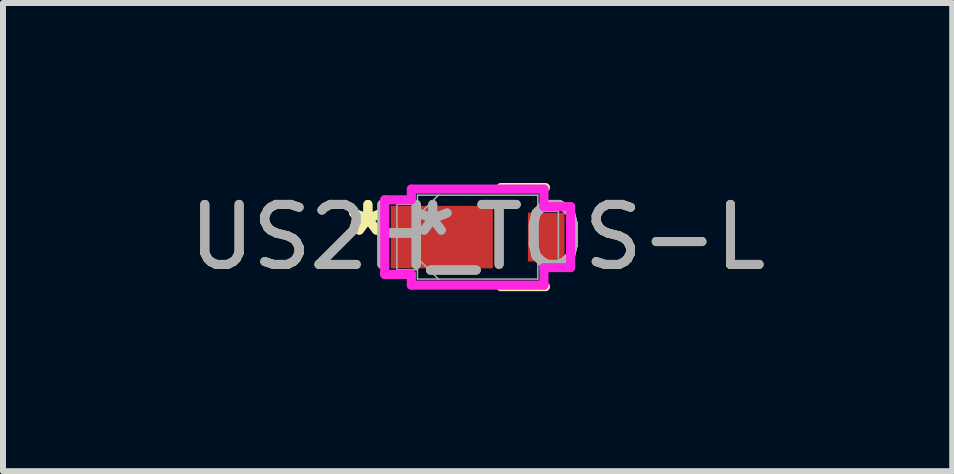
<source format=kicad_pcb>
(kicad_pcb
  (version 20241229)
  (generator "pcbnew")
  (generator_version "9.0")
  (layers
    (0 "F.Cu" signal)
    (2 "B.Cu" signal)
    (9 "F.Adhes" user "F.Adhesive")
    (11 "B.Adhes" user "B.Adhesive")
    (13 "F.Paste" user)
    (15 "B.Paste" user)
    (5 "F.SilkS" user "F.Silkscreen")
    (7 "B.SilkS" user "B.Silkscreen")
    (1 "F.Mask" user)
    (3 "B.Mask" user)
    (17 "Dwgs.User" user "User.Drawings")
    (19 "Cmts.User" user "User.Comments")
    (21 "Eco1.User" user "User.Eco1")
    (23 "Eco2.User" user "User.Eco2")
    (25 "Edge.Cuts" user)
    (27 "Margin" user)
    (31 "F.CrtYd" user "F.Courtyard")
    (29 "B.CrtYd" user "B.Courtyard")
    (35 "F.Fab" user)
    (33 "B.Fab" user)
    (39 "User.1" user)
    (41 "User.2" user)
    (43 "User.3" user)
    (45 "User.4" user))
  (footprint "US2H_TOS-L"
    (layer "F.Cu")
    (at 4.911 0.902)
    (property "Reference" "US2H_TOS-L" (at 0 0 0) (unlocked yes) (layer "F.SilkS") (effects (font (size 1 1) (thickness 0.15))))
    (attr smd)
    (fp_line (start 0.387 0.826) (end 1.13 0.826) (stroke (width 0.152) (type solid)) (layer "F.SilkS"))
    (fp_line (start 1.13 -0.826) (end 0.387 -0.826) (stroke (width 0.152) (type solid)) (layer "F.SilkS"))
    (fp_line (start -1.549 -0.622) (end -1.105 -0.622) (stroke (width 0.152) (type solid)) (layer "F.CrtYd"))
    (fp_line (start -1.549 0.622) (end -1.549 -0.622) (stroke (width 0.152) (type solid)) (layer "F.CrtYd"))
    (fp_line (start -1.105 -0.8) (end 1.105 -0.8) (stroke (width 0.152) (type solid)) (layer "F.CrtYd"))
    (fp_line (start -1.105 -0.622) (end -1.105 -0.8) (stroke (width 0.152) (type solid)) (layer "F.CrtYd"))
    (fp_line (start -1.105 0.622) (end -1.549 0.622) (stroke (width 0.152) (type solid)) (layer "F.CrtYd"))
    (fp_line (start -1.105 0.8) (end -1.105 0.622) (stroke (width 0.152) (type solid)) (layer "F.CrtYd"))
    (fp_line (start 1.105 -0.8) (end 1.105 -0.508) (stroke (width 0.152) (type solid)) (layer "F.CrtYd"))
    (fp_line (start 1.105 -0.508) (end 1.549 -0.508) (stroke (width 0.152) (type solid)) (layer "F.CrtYd"))
    (fp_line (start 1.105 0.508) (end 1.105 0.8) (stroke (width 0.152) (type solid)) (layer "F.CrtYd"))
    (fp_line (start 1.105 0.8) (end -1.105 0.8) (stroke (width 0.152) (type solid)) (layer "F.CrtYd"))
    (fp_line (start 1.549 -0.508) (end 1.549 0.508) (stroke (width 0.152) (type solid)) (layer "F.CrtYd"))
    (fp_line (start 1.549 0.508) (end 1.105 0.508) (stroke (width 0.152) (type solid)) (layer "F.CrtYd"))
    (fp_line (start -1.346 -0.546) (end -1.346 0.546) (stroke (width 0.025) (type solid)) (layer "F.Fab"))
    (fp_line (start -1.346 0.546) (end -1.003 0.546) (stroke (width 0.025) (type solid)) (layer "F.Fab"))
    (fp_line (start -1.003 -0.699) (end -1.003 0.699) (stroke (width 0.025) (type solid)) (layer "F.Fab"))
    (fp_line (start -1.003 -0.546) (end -1.346 -0.546) (stroke (width 0.025) (type solid)) (layer "F.Fab"))
    (fp_line (start -1.003 -0.349) (end -0.654 -0.699) (stroke (width 0.025) (type solid)) (layer "F.Fab"))
    (fp_line (start -1.003 0.349) (end -0.654 0.699) (stroke (width 0.025) (type solid)) (layer "F.Fab"))
    (fp_line (start -1.003 0.546) (end -1.003 -0.546) (stroke (width 0.025) (type solid)) (layer "F.Fab"))
    (fp_line (start -1.003 0.699) (end 1.003 0.699) (stroke (width 0.025) (type solid)) (layer "F.Fab"))
    (fp_line (start 1.003 -0.699) (end -1.003 -0.699) (stroke (width 0.025) (type solid)) (layer "F.Fab"))
    (fp_line (start 1.003 -0.432) (end 1.003 0.432) (stroke (width 0.025) (type solid)) (layer "F.Fab"))
    (fp_line (start 1.003 0.432) (end 1.346 0.432) (stroke (width 0.025) (type solid)) (layer "F.Fab"))
    (fp_line (start 1.003 0.699) (end 1.003 -0.699) (stroke (width 0.025) (type solid)) (layer "F.Fab"))
    (fp_line (start 1.346 -0.432) (end 1.003 -0.432) (stroke (width 0.025) (type solid)) (layer "F.Fab"))
    (fp_line (start 1.346 0.432) (end 1.346 -0.432) (stroke (width 0.025) (type solid)) (layer "F.Fab"))
    (fp_text user "*" (at -1.829 0 0) (layer "F.SilkS") (effects (font (size 1 1) (thickness 0.15))))
    (fp_text user "*" (at -1.829 0 0) (unlocked yes) (layer "F.SilkS") (effects (font (size 1 1) (thickness 0.15))))
    (fp_text user "*" (at -0.749 0 0) (unlocked yes) (layer "F.Fab") (effects (font (size 1 1) (thickness 0.15))))
    (fp_text user "*" (at -0.749 0 0) (layer "F.Fab") (effects (font (size 1 1) (thickness 0.15))))
    (fp_text user "${REFERENCE}" (at 0 0 0) (unlocked yes) (layer "F.Fab") (effects (font (size 1 1) (thickness 0.15))))
    (pad "1" smd rect (at -0.597 0) (size 1.702 1.041) (layers "F.Cu" "F.Mask" "F.Paste"))
    (pad "2" smd rect (at 1.143 0) (size 0.61 0.813) (layers "F.Cu" "F.Mask" "F.Paste"))
    (zone (net_name "") (layer "F.Cu") (hatch full 0.508) (connect_pads) (min_thickness 0.254) (filled_areas_thickness no) (keepout (tracks not_allowed) (vias not_allowed) (pads allowed) (copperpour not_allowed) (footprints allowed)) (placement (enabled no)) (fill) (polygon (pts (xy 5.216 0.254) (xy 5.698 0.254) (xy 5.698 1.549) (xy 5.216 1.549)))))
  (gr_rect
    (start -3 -3)
    (end 12.821 4.803)
    (stroke (width 0.1) (type default))
    (fill no)
    (layer "Edge.Cuts")))
</source>
